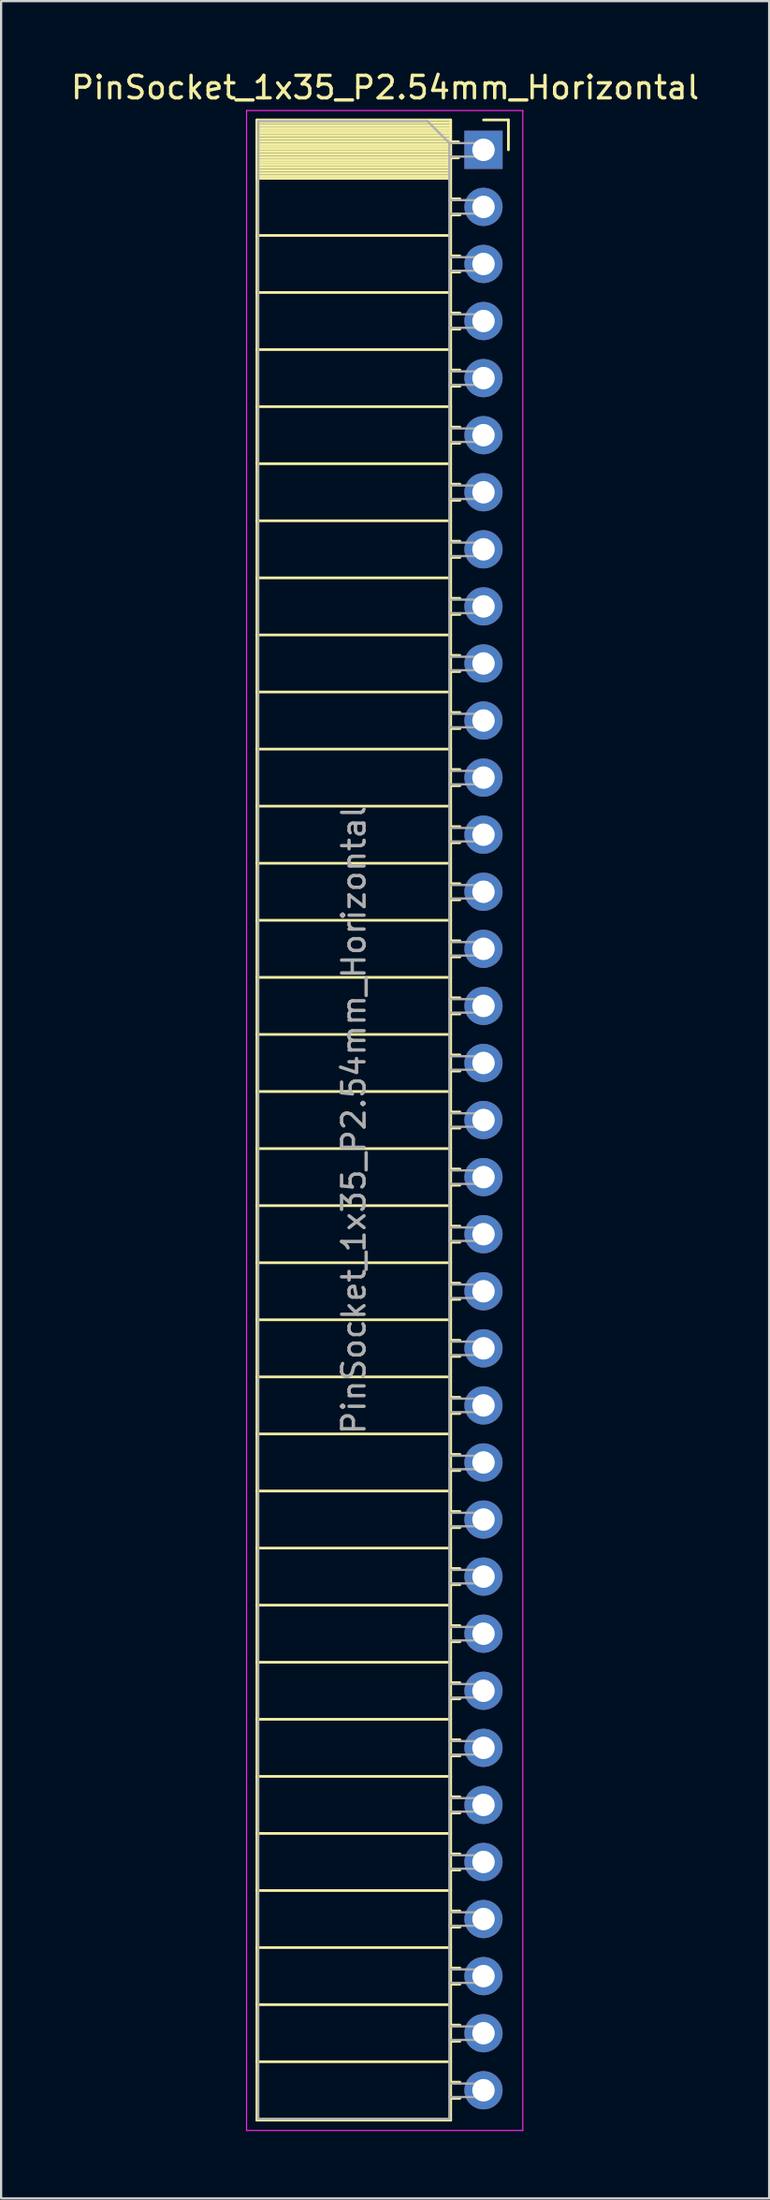
<source format=kicad_pcb>
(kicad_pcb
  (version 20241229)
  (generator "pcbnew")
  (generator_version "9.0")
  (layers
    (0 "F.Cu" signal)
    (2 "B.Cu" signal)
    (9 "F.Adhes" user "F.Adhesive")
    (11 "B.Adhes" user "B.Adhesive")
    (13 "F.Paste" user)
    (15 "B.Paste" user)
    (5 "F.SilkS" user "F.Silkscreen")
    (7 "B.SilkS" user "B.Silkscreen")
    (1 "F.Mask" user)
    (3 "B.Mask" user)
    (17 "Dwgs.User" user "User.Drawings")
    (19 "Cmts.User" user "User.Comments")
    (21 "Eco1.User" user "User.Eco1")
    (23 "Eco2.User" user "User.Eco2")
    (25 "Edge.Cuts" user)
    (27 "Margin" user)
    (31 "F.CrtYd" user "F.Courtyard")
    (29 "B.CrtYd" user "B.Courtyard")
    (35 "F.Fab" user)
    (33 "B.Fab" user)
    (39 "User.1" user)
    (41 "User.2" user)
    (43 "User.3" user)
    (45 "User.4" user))
  (footprint "PinSocket_1x35_P2.54mm_Horizontal"
    (layer "F.Cu")
    (at 18.481 3.618)
    (property "Reference" "PinSocket_1x35_P2.54mm_Horizontal" (at -4.38 -2.77 0) (layer "F.SilkS") (effects (font (size 1 1) (thickness 0.15))))
    (attr through_hole)
    (fp_line (start -10.09 -1.33) (end -10.09 87.69) (stroke (width 0.12) (type solid)) (layer "F.SilkS"))
    (fp_line (start -10.09 -1.33) (end -1.46 -1.33) (stroke (width 0.12) (type solid)) (layer "F.SilkS"))
    (fp_line (start -10.09 -1.21) (end -1.46 -1.21) (stroke (width 0.12) (type solid)) (layer "F.SilkS"))
    (fp_line (start -10.09 -1.092) (end -1.46 -1.092) (stroke (width 0.12) (type solid)) (layer "F.SilkS"))
    (fp_line (start -10.09 -0.974) (end -1.46 -0.974) (stroke (width 0.12) (type solid)) (layer "F.SilkS"))
    (fp_line (start -10.09 -0.856) (end -1.46 -0.856) (stroke (width 0.12) (type solid)) (layer "F.SilkS"))
    (fp_line (start -10.09 -0.738) (end -1.46 -0.738) (stroke (width 0.12) (type solid)) (layer "F.SilkS"))
    (fp_line (start -10.09 -0.62) (end -1.46 -0.62) (stroke (width 0.12) (type solid)) (layer "F.SilkS"))
    (fp_line (start -10.09 -0.501) (end -1.46 -0.501) (stroke (width 0.12) (type solid)) (layer "F.SilkS"))
    (fp_line (start -10.09 -0.383) (end -1.46 -0.383) (stroke (width 0.12) (type solid)) (layer "F.SilkS"))
    (fp_line (start -10.09 -0.265) (end -1.46 -0.265) (stroke (width 0.12) (type solid)) (layer "F.SilkS"))
    (fp_line (start -10.09 -0.147) (end -1.46 -0.147) (stroke (width 0.12) (type solid)) (layer "F.SilkS"))
    (fp_line (start -10.09 -0.029) (end -1.46 -0.029) (stroke (width 0.12) (type solid)) (layer "F.SilkS"))
    (fp_line (start -10.09 0.089) (end -1.46 0.089) (stroke (width 0.12) (type solid)) (layer "F.SilkS"))
    (fp_line (start -10.09 0.207) (end -1.46 0.207) (stroke (width 0.12) (type solid)) (layer "F.SilkS"))
    (fp_line (start -10.09 0.325) (end -1.46 0.325) (stroke (width 0.12) (type solid)) (layer "F.SilkS"))
    (fp_line (start -10.09 0.443) (end -1.46 0.443) (stroke (width 0.12) (type solid)) (layer "F.SilkS"))
    (fp_line (start -10.09 0.561) (end -1.46 0.561) (stroke (width 0.12) (type solid)) (layer "F.SilkS"))
    (fp_line (start -10.09 0.68) (end -1.46 0.68) (stroke (width 0.12) (type solid)) (layer "F.SilkS"))
    (fp_line (start -10.09 0.798) (end -1.46 0.798) (stroke (width 0.12) (type solid)) (layer "F.SilkS"))
    (fp_line (start -10.09 0.916) (end -1.46 0.916) (stroke (width 0.12) (type solid)) (layer "F.SilkS"))
    (fp_line (start -10.09 1.034) (end -1.46 1.034) (stroke (width 0.12) (type solid)) (layer "F.SilkS"))
    (fp_line (start -10.09 1.152) (end -1.46 1.152) (stroke (width 0.12) (type solid)) (layer "F.SilkS"))
    (fp_line (start -10.09 1.27) (end -1.46 1.27) (stroke (width 0.12) (type solid)) (layer "F.SilkS"))
    (fp_line (start -10.09 3.81) (end -1.46 3.81) (stroke (width 0.12) (type solid)) (layer "F.SilkS"))
    (fp_line (start -10.09 6.35) (end -1.46 6.35) (stroke (width 0.12) (type solid)) (layer "F.SilkS"))
    (fp_line (start -10.09 8.89) (end -1.46 8.89) (stroke (width 0.12) (type solid)) (layer "F.SilkS"))
    (fp_line (start -10.09 11.43) (end -1.46 11.43) (stroke (width 0.12) (type solid)) (layer "F.SilkS"))
    (fp_line (start -10.09 13.97) (end -1.46 13.97) (stroke (width 0.12) (type solid)) (layer "F.SilkS"))
    (fp_line (start -10.09 16.51) (end -1.46 16.51) (stroke (width 0.12) (type solid)) (layer "F.SilkS"))
    (fp_line (start -10.09 19.05) (end -1.46 19.05) (stroke (width 0.12) (type solid)) (layer "F.SilkS"))
    (fp_line (start -10.09 21.59) (end -1.46 21.59) (stroke (width 0.12) (type solid)) (layer "F.SilkS"))
    (fp_line (start -10.09 24.13) (end -1.46 24.13) (stroke (width 0.12) (type solid)) (layer "F.SilkS"))
    (fp_line (start -10.09 26.67) (end -1.46 26.67) (stroke (width 0.12) (type solid)) (layer "F.SilkS"))
    (fp_line (start -10.09 29.21) (end -1.46 29.21) (stroke (width 0.12) (type solid)) (layer "F.SilkS"))
    (fp_line (start -10.09 31.75) (end -1.46 31.75) (stroke (width 0.12) (type solid)) (layer "F.SilkS"))
    (fp_line (start -10.09 34.29) (end -1.46 34.29) (stroke (width 0.12) (type solid)) (layer "F.SilkS"))
    (fp_line (start -10.09 36.83) (end -1.46 36.83) (stroke (width 0.12) (type solid)) (layer "F.SilkS"))
    (fp_line (start -10.09 39.37) (end -1.46 39.37) (stroke (width 0.12) (type solid)) (layer "F.SilkS"))
    (fp_line (start -10.09 41.91) (end -1.46 41.91) (stroke (width 0.12) (type solid)) (layer "F.SilkS"))
    (fp_line (start -10.09 44.45) (end -1.46 44.45) (stroke (width 0.12) (type solid)) (layer "F.SilkS"))
    (fp_line (start -10.09 46.99) (end -1.46 46.99) (stroke (width 0.12) (type solid)) (layer "F.SilkS"))
    (fp_line (start -10.09 49.53) (end -1.46 49.53) (stroke (width 0.12) (type solid)) (layer "F.SilkS"))
    (fp_line (start -10.09 52.07) (end -1.46 52.07) (stroke (width 0.12) (type solid)) (layer "F.SilkS"))
    (fp_line (start -10.09 54.61) (end -1.46 54.61) (stroke (width 0.12) (type solid)) (layer "F.SilkS"))
    (fp_line (start -10.09 57.15) (end -1.46 57.15) (stroke (width 0.12) (type solid)) (layer "F.SilkS"))
    (fp_line (start -10.09 59.69) (end -1.46 59.69) (stroke (width 0.12) (type solid)) (layer "F.SilkS"))
    (fp_line (start -10.09 62.23) (end -1.46 62.23) (stroke (width 0.12) (type solid)) (layer "F.SilkS"))
    (fp_line (start -10.09 64.77) (end -1.46 64.77) (stroke (width 0.12) (type solid)) (layer "F.SilkS"))
    (fp_line (start -10.09 67.31) (end -1.46 67.31) (stroke (width 0.12) (type solid)) (layer "F.SilkS"))
    (fp_line (start -10.09 69.85) (end -1.46 69.85) (stroke (width 0.12) (type solid)) (layer "F.SilkS"))
    (fp_line (start -10.09 72.39) (end -1.46 72.39) (stroke (width 0.12) (type solid)) (layer "F.SilkS"))
    (fp_line (start -10.09 74.93) (end -1.46 74.93) (stroke (width 0.12) (type solid)) (layer "F.SilkS"))
    (fp_line (start -10.09 77.47) (end -1.46 77.47) (stroke (width 0.12) (type solid)) (layer "F.SilkS"))
    (fp_line (start -10.09 80.01) (end -1.46 80.01) (stroke (width 0.12) (type solid)) (layer "F.SilkS"))
    (fp_line (start -10.09 82.55) (end -1.46 82.55) (stroke (width 0.12) (type solid)) (layer "F.SilkS"))
    (fp_line (start -10.09 85.09) (end -1.46 85.09) (stroke (width 0.12) (type solid)) (layer "F.SilkS"))
    (fp_line (start -10.09 87.69) (end -1.46 87.69) (stroke (width 0.12) (type solid)) (layer "F.SilkS"))
    (fp_line (start -1.46 -1.33) (end -1.46 87.69) (stroke (width 0.12) (type solid)) (layer "F.SilkS"))
    (fp_line (start -1.46 -0.36) (end -1.11 -0.36) (stroke (width 0.12) (type solid)) (layer "F.SilkS"))
    (fp_line (start -1.46 0.36) (end -1.11 0.36) (stroke (width 0.12) (type solid)) (layer "F.SilkS"))
    (fp_line (start -1.46 2.18) (end -1.05 2.18) (stroke (width 0.12) (type solid)) (layer "F.SilkS"))
    (fp_line (start -1.46 2.9) (end -1.05 2.9) (stroke (width 0.12) (type solid)) (layer "F.SilkS"))
    (fp_line (start -1.46 4.72) (end -1.05 4.72) (stroke (width 0.12) (type solid)) (layer "F.SilkS"))
    (fp_line (start -1.46 5.44) (end -1.05 5.44) (stroke (width 0.12) (type solid)) (layer "F.SilkS"))
    (fp_line (start -1.46 7.26) (end -1.05 7.26) (stroke (width 0.12) (type solid)) (layer "F.SilkS"))
    (fp_line (start -1.46 7.98) (end -1.05 7.98) (stroke (width 0.12) (type solid)) (layer "F.SilkS"))
    (fp_line (start -1.46 9.8) (end -1.05 9.8) (stroke (width 0.12) (type solid)) (layer "F.SilkS"))
    (fp_line (start -1.46 10.52) (end -1.05 10.52) (stroke (width 0.12) (type solid)) (layer "F.SilkS"))
    (fp_line (start -1.46 12.34) (end -1.05 12.34) (stroke (width 0.12) (type solid)) (layer "F.SilkS"))
    (fp_line (start -1.46 13.06) (end -1.05 13.06) (stroke (width 0.12) (type solid)) (layer "F.SilkS"))
    (fp_line (start -1.46 14.88) (end -1.05 14.88) (stroke (width 0.12) (type solid)) (layer "F.SilkS"))
    (fp_line (start -1.46 15.6) (end -1.05 15.6) (stroke (width 0.12) (type solid)) (layer "F.SilkS"))
    (fp_line (start -1.46 17.42) (end -1.05 17.42) (stroke (width 0.12) (type solid)) (layer "F.SilkS"))
    (fp_line (start -1.46 18.14) (end -1.05 18.14) (stroke (width 0.12) (type solid)) (layer "F.SilkS"))
    (fp_line (start -1.46 19.96) (end -1.05 19.96) (stroke (width 0.12) (type solid)) (layer "F.SilkS"))
    (fp_line (start -1.46 20.68) (end -1.05 20.68) (stroke (width 0.12) (type solid)) (layer "F.SilkS"))
    (fp_line (start -1.46 22.5) (end -1.05 22.5) (stroke (width 0.12) (type solid)) (layer "F.SilkS"))
    (fp_line (start -1.46 23.22) (end -1.05 23.22) (stroke (width 0.12) (type solid)) (layer "F.SilkS"))
    (fp_line (start -1.46 25.04) (end -1.05 25.04) (stroke (width 0.12) (type solid)) (layer "F.SilkS"))
    (fp_line (start -1.46 25.76) (end -1.05 25.76) (stroke (width 0.12) (type solid)) (layer "F.SilkS"))
    (fp_line (start -1.46 27.58) (end -1.05 27.58) (stroke (width 0.12) (type solid)) (layer "F.SilkS"))
    (fp_line (start -1.46 28.3) (end -1.05 28.3) (stroke (width 0.12) (type solid)) (layer "F.SilkS"))
    (fp_line (start -1.46 30.12) (end -1.05 30.12) (stroke (width 0.12) (type solid)) (layer "F.SilkS"))
    (fp_line (start -1.46 30.84) (end -1.05 30.84) (stroke (width 0.12) (type solid)) (layer "F.SilkS"))
    (fp_line (start -1.46 32.66) (end -1.05 32.66) (stroke (width 0.12) (type solid)) (layer "F.SilkS"))
    (fp_line (start -1.46 33.38) (end -1.05 33.38) (stroke (width 0.12) (type solid)) (layer "F.SilkS"))
    (fp_line (start -1.46 35.2) (end -1.05 35.2) (stroke (width 0.12) (type solid)) (layer "F.SilkS"))
    (fp_line (start -1.46 35.92) (end -1.05 35.92) (stroke (width 0.12) (type solid)) (layer "F.SilkS"))
    (fp_line (start -1.46 37.74) (end -1.05 37.74) (stroke (width 0.12) (type solid)) (layer "F.SilkS"))
    (fp_line (start -1.46 38.46) (end -1.05 38.46) (stroke (width 0.12) (type solid)) (layer "F.SilkS"))
    (fp_line (start -1.46 40.28) (end -1.05 40.28) (stroke (width 0.12) (type solid)) (layer "F.SilkS"))
    (fp_line (start -1.46 41) (end -1.05 41) (stroke (width 0.12) (type solid)) (layer "F.SilkS"))
    (fp_line (start -1.46 42.82) (end -1.05 42.82) (stroke (width 0.12) (type solid)) (layer "F.SilkS"))
    (fp_line (start -1.46 43.54) (end -1.05 43.54) (stroke (width 0.12) (type solid)) (layer "F.SilkS"))
    (fp_line (start -1.46 45.36) (end -1.05 45.36) (stroke (width 0.12) (type solid)) (layer "F.SilkS"))
    (fp_line (start -1.46 46.08) (end -1.05 46.08) (stroke (width 0.12) (type solid)) (layer "F.SilkS"))
    (fp_line (start -1.46 47.9) (end -1.05 47.9) (stroke (width 0.12) (type solid)) (layer "F.SilkS"))
    (fp_line (start -1.46 48.62) (end -1.05 48.62) (stroke (width 0.12) (type solid)) (layer "F.SilkS"))
    (fp_line (start -1.46 50.44) (end -1.05 50.44) (stroke (width 0.12) (type solid)) (layer "F.SilkS"))
    (fp_line (start -1.46 51.16) (end -1.05 51.16) (stroke (width 0.12) (type solid)) (layer "F.SilkS"))
    (fp_line (start -1.46 52.98) (end -1.05 52.98) (stroke (width 0.12) (type solid)) (layer "F.SilkS"))
    (fp_line (start -1.46 53.7) (end -1.05 53.7) (stroke (width 0.12) (type solid)) (layer "F.SilkS"))
    (fp_line (start -1.46 55.52) (end -1.05 55.52) (stroke (width 0.12) (type solid)) (layer "F.SilkS"))
    (fp_line (start -1.46 56.24) (end -1.05 56.24) (stroke (width 0.12) (type solid)) (layer "F.SilkS"))
    (fp_line (start -1.46 58.06) (end -1.05 58.06) (stroke (width 0.12) (type solid)) (layer "F.SilkS"))
    (fp_line (start -1.46 58.78) (end -1.05 58.78) (stroke (width 0.12) (type solid)) (layer "F.SilkS"))
    (fp_line (start -1.46 60.6) (end -1.05 60.6) (stroke (width 0.12) (type solid)) (layer "F.SilkS"))
    (fp_line (start -1.46 61.32) (end -1.05 61.32) (stroke (width 0.12) (type solid)) (layer "F.SilkS"))
    (fp_line (start -1.46 63.14) (end -1.05 63.14) (stroke (width 0.12) (type solid)) (layer "F.SilkS"))
    (fp_line (start -1.46 63.86) (end -1.05 63.86) (stroke (width 0.12) (type solid)) (layer "F.SilkS"))
    (fp_line (start -1.46 65.68) (end -1.05 65.68) (stroke (width 0.12) (type solid)) (layer "F.SilkS"))
    (fp_line (start -1.46 66.4) (end -1.05 66.4) (stroke (width 0.12) (type solid)) (layer "F.SilkS"))
    (fp_line (start -1.46 68.22) (end -1.05 68.22) (stroke (width 0.12) (type solid)) (layer "F.SilkS"))
    (fp_line (start -1.46 68.94) (end -1.05 68.94) (stroke (width 0.12) (type solid)) (layer "F.SilkS"))
    (fp_line (start -1.46 70.76) (end -1.05 70.76) (stroke (width 0.12) (type solid)) (layer "F.SilkS"))
    (fp_line (start -1.46 71.48) (end -1.05 71.48) (stroke (width 0.12) (type solid)) (layer "F.SilkS"))
    (fp_line (start -1.46 73.3) (end -1.05 73.3) (stroke (width 0.12) (type solid)) (layer "F.SilkS"))
    (fp_line (start -1.46 74.02) (end -1.05 74.02) (stroke (width 0.12) (type solid)) (layer "F.SilkS"))
    (fp_line (start -1.46 75.84) (end -1.05 75.84) (stroke (width 0.12) (type solid)) (layer "F.SilkS"))
    (fp_line (start -1.46 76.56) (end -1.05 76.56) (stroke (width 0.12) (type solid)) (layer "F.SilkS"))
    (fp_line (start -1.46 78.38) (end -1.05 78.38) (stroke (width 0.12) (type solid)) (layer "F.SilkS"))
    (fp_line (start -1.46 79.1) (end -1.05 79.1) (stroke (width 0.12) (type solid)) (layer "F.SilkS"))
    (fp_line (start -1.46 80.92) (end -1.05 80.92) (stroke (width 0.12) (type solid)) (layer "F.SilkS"))
    (fp_line (start -1.46 81.64) (end -1.05 81.64) (stroke (width 0.12) (type solid)) (layer "F.SilkS"))
    (fp_line (start -1.46 83.46) (end -1.05 83.46) (stroke (width 0.12) (type solid)) (layer "F.SilkS"))
    (fp_line (start -1.46 84.18) (end -1.05 84.18) (stroke (width 0.12) (type solid)) (layer "F.SilkS"))
    (fp_line (start -1.46 86) (end -1.05 86) (stroke (width 0.12) (type solid)) (layer "F.SilkS"))
    (fp_line (start -1.46 86.72) (end -1.05 86.72) (stroke (width 0.12) (type solid)) (layer "F.SilkS"))
    (fp_line (start 0 -1.33) (end 1.11 -1.33) (stroke (width 0.12) (type solid)) (layer "F.SilkS"))
    (fp_line (start 1.11 -1.33) (end 1.11 0) (stroke (width 0.12) (type solid)) (layer "F.SilkS"))
    (fp_line (start -10.55 -1.75) (end -10.55 88.15) (stroke (width 0.05) (type solid)) (layer "F.CrtYd"))
    (fp_line (start -10.55 88.15) (end 1.75 88.15) (stroke (width 0.05) (type solid)) (layer "F.CrtYd"))
    (fp_line (start 1.75 -1.75) (end -10.55 -1.75) (stroke (width 0.05) (type solid)) (layer "F.CrtYd"))
    (fp_line (start 1.75 88.15) (end 1.75 -1.75) (stroke (width 0.05) (type solid)) (layer "F.CrtYd"))
    (fp_line (start -10.03 -1.27) (end -2.49 -1.27) (stroke (width 0.1) (type solid)) (layer "F.Fab"))
    (fp_line (start -10.03 87.63) (end -10.03 -1.27) (stroke (width 0.1) (type solid)) (layer "F.Fab"))
    (fp_line (start -2.49 -1.27) (end -1.52 -0.3) (stroke (width 0.1) (type solid)) (layer "F.Fab"))
    (fp_line (start -1.52 -0.3) (end -1.52 87.63) (stroke (width 0.1) (type solid)) (layer "F.Fab"))
    (fp_line (start -1.52 0.3) (end 0 0.3) (stroke (width 0.1) (type solid)) (layer "F.Fab"))
    (fp_line (start -1.52 2.84) (end 0 2.84) (stroke (width 0.1) (type solid)) (layer "F.Fab"))
    (fp_line (start -1.52 5.38) (end 0 5.38) (stroke (width 0.1) (type solid)) (layer "F.Fab"))
    (fp_line (start -1.52 7.92) (end 0 7.92) (stroke (width 0.1) (type solid)) (layer "F.Fab"))
    (fp_line (start -1.52 10.46) (end 0 10.46) (stroke (width 0.1) (type solid)) (layer "F.Fab"))
    (fp_line (start -1.52 13) (end 0 13) (stroke (width 0.1) (type solid)) (layer "F.Fab"))
    (fp_line (start -1.52 15.54) (end 0 15.54) (stroke (width 0.1) (type solid)) (layer "F.Fab"))
    (fp_line (start -1.52 18.08) (end 0 18.08) (stroke (width 0.1) (type solid)) (layer "F.Fab"))
    (fp_line (start -1.52 20.62) (end 0 20.62) (stroke (width 0.1) (type solid)) (layer "F.Fab"))
    (fp_line (start -1.52 23.16) (end 0 23.16) (stroke (width 0.1) (type solid)) (layer "F.Fab"))
    (fp_line (start -1.52 25.7) (end 0 25.7) (stroke (width 0.1) (type solid)) (layer "F.Fab"))
    (fp_line (start -1.52 28.24) (end 0 28.24) (stroke (width 0.1) (type solid)) (layer "F.Fab"))
    (fp_line (start -1.52 30.78) (end 0 30.78) (stroke (width 0.1) (type solid)) (layer "F.Fab"))
    (fp_line (start -1.52 33.32) (end 0 33.32) (stroke (width 0.1) (type solid)) (layer "F.Fab"))
    (fp_line (start -1.52 35.86) (end 0 35.86) (stroke (width 0.1) (type solid)) (layer "F.Fab"))
    (fp_line (start -1.52 38.4) (end 0 38.4) (stroke (width 0.1) (type solid)) (layer "F.Fab"))
    (fp_line (start -1.52 40.94) (end 0 40.94) (stroke (width 0.1) (type solid)) (layer "F.Fab"))
    (fp_line (start -1.52 43.48) (end 0 43.48) (stroke (width 0.1) (type solid)) (layer "F.Fab"))
    (fp_line (start -1.52 46.02) (end 0 46.02) (stroke (width 0.1) (type solid)) (layer "F.Fab"))
    (fp_line (start -1.52 48.56) (end 0 48.56) (stroke (width 0.1) (type solid)) (layer "F.Fab"))
    (fp_line (start -1.52 51.1) (end 0 51.1) (stroke (width 0.1) (type solid)) (layer "F.Fab"))
    (fp_line (start -1.52 53.64) (end 0 53.64) (stroke (width 0.1) (type solid)) (layer "F.Fab"))
    (fp_line (start -1.52 56.18) (end 0 56.18) (stroke (width 0.1) (type solid)) (layer "F.Fab"))
    (fp_line (start -1.52 58.72) (end 0 58.72) (stroke (width 0.1) (type solid)) (layer "F.Fab"))
    (fp_line (start -1.52 61.26) (end 0 61.26) (stroke (width 0.1) (type solid)) (layer "F.Fab"))
    (fp_line (start -1.52 63.8) (end 0 63.8) (stroke (width 0.1) (type solid)) (layer "F.Fab"))
    (fp_line (start -1.52 66.34) (end 0 66.34) (stroke (width 0.1) (type solid)) (layer "F.Fab"))
    (fp_line (start -1.52 68.88) (end 0 68.88) (stroke (width 0.1) (type solid)) (layer "F.Fab"))
    (fp_line (start -1.52 71.42) (end 0 71.42) (stroke (width 0.1) (type solid)) (layer "F.Fab"))
    (fp_line (start -1.52 73.96) (end 0 73.96) (stroke (width 0.1) (type solid)) (layer "F.Fab"))
    (fp_line (start -1.52 76.5) (end 0 76.5) (stroke (width 0.1) (type solid)) (layer "F.Fab"))
    (fp_line (start -1.52 79.04) (end 0 79.04) (stroke (width 0.1) (type solid)) (layer "F.Fab"))
    (fp_line (start -1.52 81.58) (end 0 81.58) (stroke (width 0.1) (type solid)) (layer "F.Fab"))
    (fp_line (start -1.52 84.12) (end 0 84.12) (stroke (width 0.1) (type solid)) (layer "F.Fab"))
    (fp_line (start -1.52 86.66) (end 0 86.66) (stroke (width 0.1) (type solid)) (layer "F.Fab"))
    (fp_line (start -1.52 87.63) (end -10.03 87.63) (stroke (width 0.1) (type solid)) (layer "F.Fab"))
    (fp_line (start 0 -0.3) (end -1.52 -0.3) (stroke (width 0.1) (type solid)) (layer "F.Fab"))
    (fp_line (start 0 0.3) (end 0 -0.3) (stroke (width 0.1) (type solid)) (layer "F.Fab"))
    (fp_line (start 0 2.24) (end -1.52 2.24) (stroke (width 0.1) (type solid)) (layer "F.Fab"))
    (fp_line (start 0 2.84) (end 0 2.24) (stroke (width 0.1) (type solid)) (layer "F.Fab"))
    (fp_line (start 0 4.78) (end -1.52 4.78) (stroke (width 0.1) (type solid)) (layer "F.Fab"))
    (fp_line (start 0 5.38) (end 0 4.78) (stroke (width 0.1) (type solid)) (layer "F.Fab"))
    (fp_line (start 0 7.32) (end -1.52 7.32) (stroke (width 0.1) (type solid)) (layer "F.Fab"))
    (fp_line (start 0 7.92) (end 0 7.32) (stroke (width 0.1) (type solid)) (layer "F.Fab"))
    (fp_line (start 0 9.86) (end -1.52 9.86) (stroke (width 0.1) (type solid)) (layer "F.Fab"))
    (fp_line (start 0 10.46) (end 0 9.86) (stroke (width 0.1) (type solid)) (layer "F.Fab"))
    (fp_line (start 0 12.4) (end -1.52 12.4) (stroke (width 0.1) (type solid)) (layer "F.Fab"))
    (fp_line (start 0 13) (end 0 12.4) (stroke (width 0.1) (type solid)) (layer "F.Fab"))
    (fp_line (start 0 14.94) (end -1.52 14.94) (stroke (width 0.1) (type solid)) (layer "F.Fab"))
    (fp_line (start 0 15.54) (end 0 14.94) (stroke (width 0.1) (type solid)) (layer "F.Fab"))
    (fp_line (start 0 17.48) (end -1.52 17.48) (stroke (width 0.1) (type solid)) (layer "F.Fab"))
    (fp_line (start 0 18.08) (end 0 17.48) (stroke (width 0.1) (type solid)) (layer "F.Fab"))
    (fp_line (start 0 20.02) (end -1.52 20.02) (stroke (width 0.1) (type solid)) (layer "F.Fab"))
    (fp_line (start 0 20.62) (end 0 20.02) (stroke (width 0.1) (type solid)) (layer "F.Fab"))
    (fp_line (start 0 22.56) (end -1.52 22.56) (stroke (width 0.1) (type solid)) (layer "F.Fab"))
    (fp_line (start 0 23.16) (end 0 22.56) (stroke (width 0.1) (type solid)) (layer "F.Fab"))
    (fp_line (start 0 25.1) (end -1.52 25.1) (stroke (width 0.1) (type solid)) (layer "F.Fab"))
    (fp_line (start 0 25.7) (end 0 25.1) (stroke (width 0.1) (type solid)) (layer "F.Fab"))
    (fp_line (start 0 27.64) (end -1.52 27.64) (stroke (width 0.1) (type solid)) (layer "F.Fab"))
    (fp_line (start 0 28.24) (end 0 27.64) (stroke (width 0.1) (type solid)) (layer "F.Fab"))
    (fp_line (start 0 30.18) (end -1.52 30.18) (stroke (width 0.1) (type solid)) (layer "F.Fab"))
    (fp_line (start 0 30.78) (end 0 30.18) (stroke (width 0.1) (type solid)) (layer "F.Fab"))
    (fp_line (start 0 32.72) (end -1.52 32.72) (stroke (width 0.1) (type solid)) (layer "F.Fab"))
    (fp_line (start 0 33.32) (end 0 32.72) (stroke (width 0.1) (type solid)) (layer "F.Fab"))
    (fp_line (start 0 35.26) (end -1.52 35.26) (stroke (width 0.1) (type solid)) (layer "F.Fab"))
    (fp_line (start 0 35.86) (end 0 35.26) (stroke (width 0.1) (type solid)) (layer "F.Fab"))
    (fp_line (start 0 37.8) (end -1.52 37.8) (stroke (width 0.1) (type solid)) (layer "F.Fab"))
    (fp_line (start 0 38.4) (end 0 37.8) (stroke (width 0.1) (type solid)) (layer "F.Fab"))
    (fp_line (start 0 40.34) (end -1.52 40.34) (stroke (width 0.1) (type solid)) (layer "F.Fab"))
    (fp_line (start 0 40.94) (end 0 40.34) (stroke (width 0.1) (type solid)) (layer "F.Fab"))
    (fp_line (start 0 42.88) (end -1.52 42.88) (stroke (width 0.1) (type solid)) (layer "F.Fab"))
    (fp_line (start 0 43.48) (end 0 42.88) (stroke (width 0.1) (type solid)) (layer "F.Fab"))
    (fp_line (start 0 45.42) (end -1.52 45.42) (stroke (width 0.1) (type solid)) (layer "F.Fab"))
    (fp_line (start 0 46.02) (end 0 45.42) (stroke (width 0.1) (type solid)) (layer "F.Fab"))
    (fp_line (start 0 47.96) (end -1.52 47.96) (stroke (width 0.1) (type solid)) (layer "F.Fab"))
    (fp_line (start 0 48.56) (end 0 47.96) (stroke (width 0.1) (type solid)) (layer "F.Fab"))
    (fp_line (start 0 50.5) (end -1.52 50.5) (stroke (width 0.1) (type solid)) (layer "F.Fab"))
    (fp_line (start 0 51.1) (end 0 50.5) (stroke (width 0.1) (type solid)) (layer "F.Fab"))
    (fp_line (start 0 53.04) (end -1.52 53.04) (stroke (width 0.1) (type solid)) (layer "F.Fab"))
    (fp_line (start 0 53.64) (end 0 53.04) (stroke (width 0.1) (type solid)) (layer "F.Fab"))
    (fp_line (start 0 55.58) (end -1.52 55.58) (stroke (width 0.1) (type solid)) (layer "F.Fab"))
    (fp_line (start 0 56.18) (end 0 55.58) (stroke (width 0.1) (type solid)) (layer "F.Fab"))
    (fp_line (start 0 58.12) (end -1.52 58.12) (stroke (width 0.1) (type solid)) (layer "F.Fab"))
    (fp_line (start 0 58.72) (end 0 58.12) (stroke (width 0.1) (type solid)) (layer "F.Fab"))
    (fp_line (start 0 60.66) (end -1.52 60.66) (stroke (width 0.1) (type solid)) (layer "F.Fab"))
    (fp_line (start 0 61.26) (end 0 60.66) (stroke (width 0.1) (type solid)) (layer "F.Fab"))
    (fp_line (start 0 63.2) (end -1.52 63.2) (stroke (width 0.1) (type solid)) (layer "F.Fab"))
    (fp_line (start 0 63.8) (end 0 63.2) (stroke (width 0.1) (type solid)) (layer "F.Fab"))
    (fp_line (start 0 65.74) (end -1.52 65.74) (stroke (width 0.1) (type solid)) (layer "F.Fab"))
    (fp_line (start 0 66.34) (end 0 65.74) (stroke (width 0.1) (type solid)) (layer "F.Fab"))
    (fp_line (start 0 68.28) (end -1.52 68.28) (stroke (width 0.1) (type solid)) (layer "F.Fab"))
    (fp_line (start 0 68.88) (end 0 68.28) (stroke (width 0.1) (type solid)) (layer "F.Fab"))
    (fp_line (start 0 70.82) (end -1.52 70.82) (stroke (width 0.1) (type solid)) (layer "F.Fab"))
    (fp_line (start 0 71.42) (end 0 70.82) (stroke (width 0.1) (type solid)) (layer "F.Fab"))
    (fp_line (start 0 73.36) (end -1.52 73.36) (stroke (width 0.1) (type solid)) (layer "F.Fab"))
    (fp_line (start 0 73.96) (end 0 73.36) (stroke (width 0.1) (type solid)) (layer "F.Fab"))
    (fp_line (start 0 75.9) (end -1.52 75.9) (stroke (width 0.1) (type solid)) (layer "F.Fab"))
    (fp_line (start 0 76.5) (end 0 75.9) (stroke (width 0.1) (type solid)) (layer "F.Fab"))
    (fp_line (start 0 78.44) (end -1.52 78.44) (stroke (width 0.1) (type solid)) (layer "F.Fab"))
    (fp_line (start 0 79.04) (end 0 78.44) (stroke (width 0.1) (type solid)) (layer "F.Fab"))
    (fp_line (start 0 80.98) (end -1.52 80.98) (stroke (width 0.1) (type solid)) (layer "F.Fab"))
    (fp_line (start 0 81.58) (end 0 80.98) (stroke (width 0.1) (type solid)) (layer "F.Fab"))
    (fp_line (start 0 83.52) (end -1.52 83.52) (stroke (width 0.1) (type solid)) (layer "F.Fab"))
    (fp_line (start 0 84.12) (end 0 83.52) (stroke (width 0.1) (type solid)) (layer "F.Fab"))
    (fp_line (start 0 86.06) (end -1.52 86.06) (stroke (width 0.1) (type solid)) (layer "F.Fab"))
    (fp_line (start 0 86.66) (end 0 86.06) (stroke (width 0.1) (type solid)) (layer "F.Fab"))
    (fp_text user "${REFERENCE}" (at -5.775 43.18 90) (layer "F.Fab") (effects (font (size 1 1) (thickness 0.15))))
    (pad "1" thru_hole rect (at 0 0) (size 1.7 1.7) (drill 1) (layers "*.Cu" "*.Mask"))
    (pad "2" thru_hole circle (at 0 2.54) (size 1.7 1.7) (drill 1) (layers "*.Cu" "*.Mask"))
    (pad "3" thru_hole circle (at 0 5.08) (size 1.7 1.7) (drill 1) (layers "*.Cu" "*.Mask"))
    (pad "4" thru_hole circle (at 0 7.62) (size 1.7 1.7) (drill 1) (layers "*.Cu" "*.Mask"))
    (pad "5" thru_hole circle (at 0 10.16) (size 1.7 1.7) (drill 1) (layers "*.Cu" "*.Mask"))
    (pad "6" thru_hole circle (at 0 12.7) (size 1.7 1.7) (drill 1) (layers "*.Cu" "*.Mask"))
    (pad "7" thru_hole circle (at 0 15.24) (size 1.7 1.7) (drill 1) (layers "*.Cu" "*.Mask"))
    (pad "8" thru_hole circle (at 0 17.78) (size 1.7 1.7) (drill 1) (layers "*.Cu" "*.Mask"))
    (pad "9" thru_hole circle (at 0 20.32) (size 1.7 1.7) (drill 1) (layers "*.Cu" "*.Mask"))
    (pad "10" thru_hole circle (at 0 22.86) (size 1.7 1.7) (drill 1) (layers "*.Cu" "*.Mask"))
    (pad "11" thru_hole circle (at 0 25.4) (size 1.7 1.7) (drill 1) (layers "*.Cu" "*.Mask"))
    (pad "12" thru_hole circle (at 0 27.94) (size 1.7 1.7) (drill 1) (layers "*.Cu" "*.Mask"))
    (pad "13" thru_hole circle (at 0 30.48) (size 1.7 1.7) (drill 1) (layers "*.Cu" "*.Mask"))
    (pad "14" thru_hole circle (at 0 33.02) (size 1.7 1.7) (drill 1) (layers "*.Cu" "*.Mask"))
    (pad "15" thru_hole circle (at 0 35.56) (size 1.7 1.7) (drill 1) (layers "*.Cu" "*.Mask"))
    (pad "16" thru_hole circle (at 0 38.1) (size 1.7 1.7) (drill 1) (layers "*.Cu" "*.Mask"))
    (pad "17" thru_hole circle (at 0 40.64) (size 1.7 1.7) (drill 1) (layers "*.Cu" "*.Mask"))
    (pad "18" thru_hole circle (at 0 43.18) (size 1.7 1.7) (drill 1) (layers "*.Cu" "*.Mask"))
    (pad "19" thru_hole circle (at 0 45.72) (size 1.7 1.7) (drill 1) (layers "*.Cu" "*.Mask"))
    (pad "20" thru_hole circle (at 0 48.26) (size 1.7 1.7) (drill 1) (layers "*.Cu" "*.Mask"))
    (pad "21" thru_hole circle (at 0 50.8) (size 1.7 1.7) (drill 1) (layers "*.Cu" "*.Mask"))
    (pad "22" thru_hole circle (at 0 53.34) (size 1.7 1.7) (drill 1) (layers "*.Cu" "*.Mask"))
    (pad "23" thru_hole circle (at 0 55.88) (size 1.7 1.7) (drill 1) (layers "*.Cu" "*.Mask"))
    (pad "24" thru_hole circle (at 0 58.42) (size 1.7 1.7) (drill 1) (layers "*.Cu" "*.Mask"))
    (pad "25" thru_hole circle (at 0 60.96) (size 1.7 1.7) (drill 1) (layers "*.Cu" "*.Mask"))
    (pad "26" thru_hole circle (at 0 63.5) (size 1.7 1.7) (drill 1) (layers "*.Cu" "*.Mask"))
    (pad "27" thru_hole circle (at 0 66.04) (size 1.7 1.7) (drill 1) (layers "*.Cu" "*.Mask"))
    (pad "28" thru_hole circle (at 0 68.58) (size 1.7 1.7) (drill 1) (layers "*.Cu" "*.Mask"))
    (pad "29" thru_hole circle (at 0 71.12) (size 1.7 1.7) (drill 1) (layers "*.Cu" "*.Mask"))
    (pad "30" thru_hole circle (at 0 73.66) (size 1.7 1.7) (drill 1) (layers "*.Cu" "*.Mask"))
    (pad "31" thru_hole circle (at 0 76.2) (size 1.7 1.7) (drill 1) (layers "*.Cu" "*.Mask"))
    (pad "32" thru_hole circle (at 0 78.74) (size 1.7 1.7) (drill 1) (layers "*.Cu" "*.Mask"))
    (pad "33" thru_hole circle (at 0 81.28) (size 1.7 1.7) (drill 1) (layers "*.Cu" "*.Mask"))
    (pad "34" thru_hole circle (at 0 83.82) (size 1.7 1.7) (drill 1) (layers "*.Cu" "*.Mask"))
    (pad "35" thru_hole circle (at 0 86.36) (size 1.7 1.7) (drill 1) (layers "*.Cu" "*.Mask")))
  (gr_rect
    (start -3 -3)
    (end 31.202 94.793)
    (stroke (width 0.1) (type default))
    (fill no)
    (layer "Edge.Cuts")))
</source>
